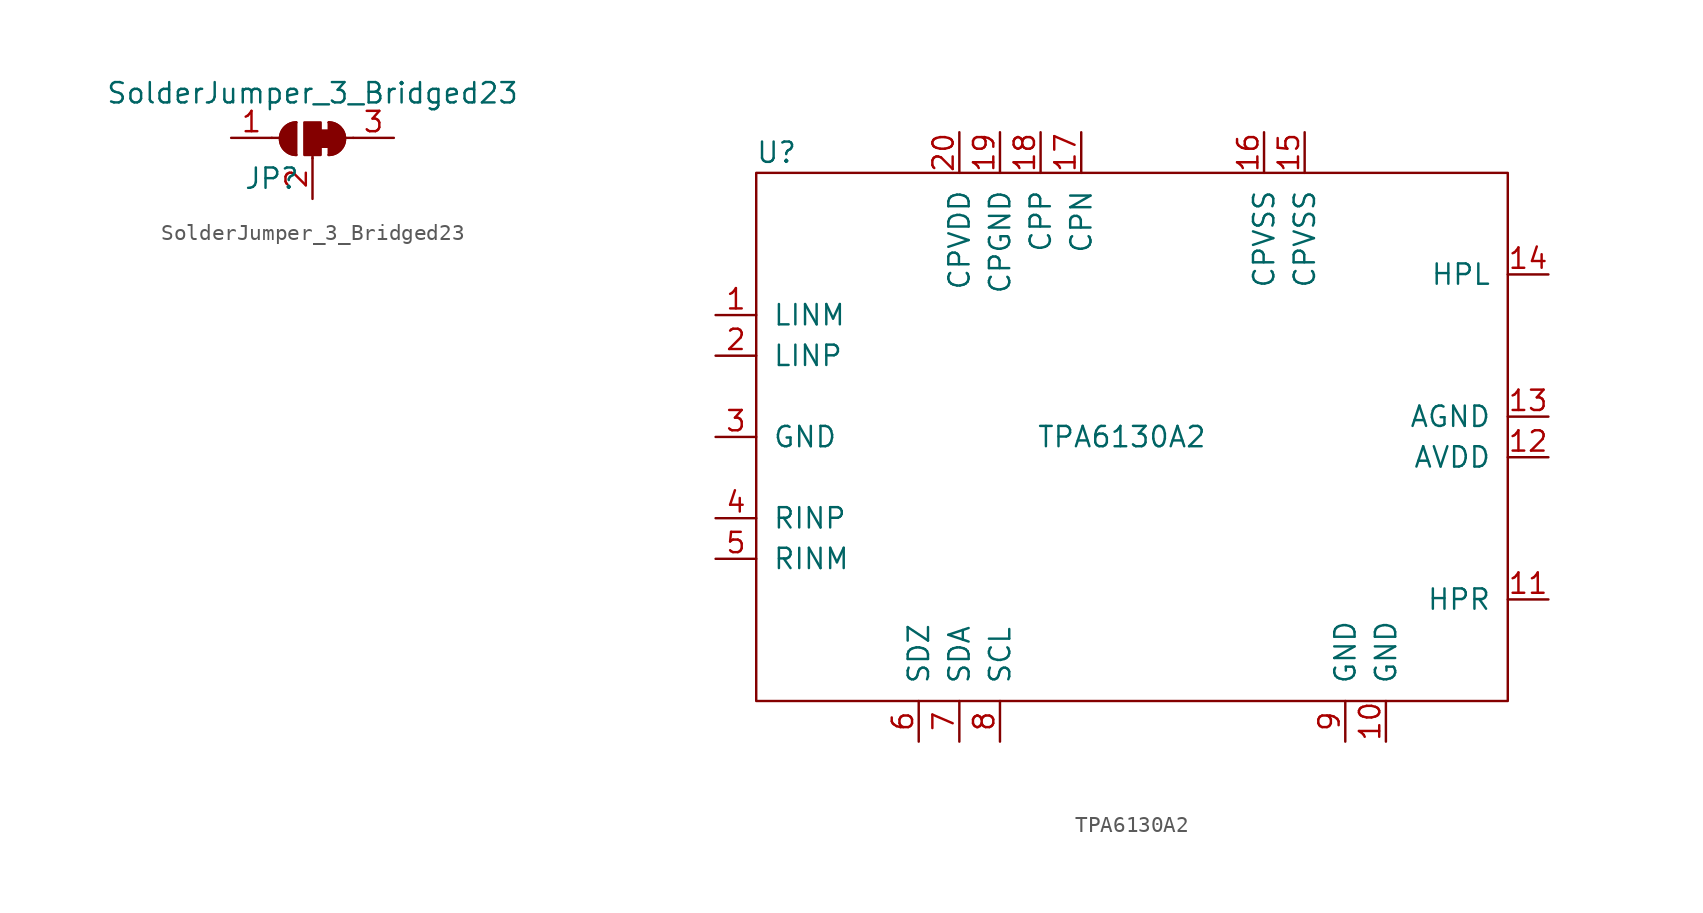
<source format=kicad_sym>
(kicad_symbol_lib
  (version 20231120)
  (generator "kicad_symbol_editor")
  (generator_version "8.0")
  (symbol "SolderJumper_3_Bridged23"
    (pin_names
      (offset 0) hide)
    (property "Reference" "JP"
      (at -2.54 -2.54 0)
      (effects (font (size 1.27 1.27))))
    (property "Value" "SolderJumper_3_Bridged23"
      (at 0 2.794 0)
      (effects (font (size 1.27 1.27))))
    (symbol "SolderJumper_3_Bridged23_0_1"
      (arc (start -1.016 0.9652) (mid -2.032 -0.0508) (end -1.016 -1.0668) (stroke (width 0) (type solid)) (fill (type none)))
      (arc (start -1.016 0.9652) (mid -2.032 -0.0508) (end -1.016 -1.0668) (stroke (width 0) (type solid)) (fill (type outline)))
      (polyline (pts (xy -2.54 0) (xy -2.032 0)) (stroke (width 0) (type solid)) (fill (type none)))
      (polyline (pts (xy -1.016 -1.067) (xy -1.016 0.965)) (stroke (width 0) (type solid)) (fill (type none)))
      (polyline (pts (xy 0 -1.27) (xy 0 -1.016)) (stroke (width 0) (type solid)) (fill (type none)))
      (polyline (pts (xy 1.016 -1.067) (xy 1.016 0.965)) (stroke (width 0) (type solid)) (fill (type none)))
      (polyline (pts (xy 2.54 0) (xy 2.032 0)) (stroke (width 0) (type solid)) (fill (type none)))
      (rectangle (start 0.508 -1.067) (end -0.508 0.965) (stroke (width 0) (type solid)) (fill (type outline)))
      (arc (start 1.016 -1.0668) (mid 2.032 -0.0508) (end 1.016 0.9652) (stroke (width 0) (type solid)) (fill (type none)))
      (arc (start 1.016 -1.0668) (mid 2.032 -0.0508) (end 1.016 0.9652) (stroke (width 0) (type solid)) (fill (type outline)))
      (rectangle (start 1.016 -0.559) (end 0.508 0.457) (stroke (width 0) (type solid)) (fill (type outline))))
    (symbol "SolderJumper_3_Bridged23_1_1"
      (pin passive line (at -5.08 0 0) (length 2.54) (name "A" (effects (font (size 1.27 1.27)))) (number "1" (effects (font (size 1.27 1.27)))))
      (pin input line (at 0 -3.81 90) (length 2.54) (name "C" (effects (font (size 1.27 1.27)))) (number "2" (effects (font (size 1.27 1.27)))))
      (pin passive line (at 5.08 0 180) (length 2.54) (name "B" (effects (font (size 1.27 1.27)))) (number "3" (effects (font (size 1.27 1.27)))))))
  (symbol "TPA6130A2"
    (pin_names
      (offset 1.016))
    (property "Reference" "U"
      (at -21.59 26.67 0)
      (effects (font (size 1.27 1.27))))
    (property "Value" "TPA6130A2"
      (at 0 8.89 0)
      (effects (font (size 1.27 1.27))))
    (symbol "TPA6130A2_0_1"
      (rectangle (start -22.86 25.4) (end 24.13 -7.62) (stroke (width 0) (type solid)) (fill (type none))))
    (symbol "TPA6130A2_1_1"
      (pin input line (at -25.4 16.51 0) (length 2.54) (name "LINM" (effects (font (size 1.27 1.27)))) (number "1" (effects (font (size 1.27 1.27)))))
      (pin input line (at 16.51 -10.16 90) (length 2.54) (name "GND" (effects (font (size 1.27 1.27)))) (number "10" (effects (font (size 1.27 1.27)))))
      (pin input line (at 26.67 -1.27 180) (length 2.54) (name "HPR" (effects (font (size 1.27 1.27)))) (number "11" (effects (font (size 1.27 1.27)))))
      (pin input line (at 26.67 7.62 180) (length 2.54) (name "AVDD" (effects (font (size 1.27 1.27)))) (number "12" (effects (font (size 1.27 1.27)))))
      (pin input line (at 26.67 10.16 180) (length 2.54) (name "AGND" (effects (font (size 1.27 1.27)))) (number "13" (effects (font (size 1.27 1.27)))))
      (pin input line (at 26.67 19.05 180) (length 2.54) (name "HPL" (effects (font (size 1.27 1.27)))) (number "14" (effects (font (size 1.27 1.27)))))
      (pin input line (at 11.43 27.94 270) (length 2.54) (name "CPVSS" (effects (font (size 1.27 1.27)))) (number "15" (effects (font (size 1.27 1.27)))))
      (pin input line (at 8.89 27.94 270) (length 2.54) (name "CPVSS" (effects (font (size 1.27 1.27)))) (number "16" (effects (font (size 1.27 1.27)))))
      (pin input line (at -2.54 27.94 270) (length 2.54) (name "CPN" (effects (font (size 1.27 1.27)))) (number "17" (effects (font (size 1.27 1.27)))))
      (pin input line (at -5.08 27.94 270) (length 2.54) (name "CPP" (effects (font (size 1.27 1.27)))) (number "18" (effects (font (size 1.27 1.27)))))
      (pin input line (at -7.62 27.94 270) (length 2.54) (name "CPGND" (effects (font (size 1.27 1.27)))) (number "19" (effects (font (size 1.27 1.27)))))
      (pin input line (at -25.4 13.97 0) (length 2.54) (name "LINP" (effects (font (size 1.27 1.27)))) (number "2" (effects (font (size 1.27 1.27)))))
      (pin input line (at -10.16 27.94 270) (length 2.54) (name "CPVDD" (effects (font (size 1.27 1.27)))) (number "20" (effects (font (size 1.27 1.27)))))
      (pin input line (at -25.4 8.89 0) (length 2.54) (name "GND" (effects (font (size 1.27 1.27)))) (number "3" (effects (font (size 1.27 1.27)))))
      (pin input line (at -25.4 3.81 0) (length 2.54) (name "RINP" (effects (font (size 1.27 1.27)))) (number "4" (effects (font (size 1.27 1.27)))))
      (pin input line (at -25.4 1.27 0) (length 2.54) (name "RINM" (effects (font (size 1.27 1.27)))) (number "5" (effects (font (size 1.27 1.27)))))
      (pin input line (at -12.7 -10.16 90) (length 2.54) (name "SDZ" (effects (font (size 1.27 1.27)))) (number "6" (effects (font (size 1.27 1.27)))))
      (pin input line (at -10.16 -10.16 90) (length 2.54) (name "SDA" (effects (font (size 1.27 1.27)))) (number "7" (effects (font (size 1.27 1.27)))))
      (pin input line (at -7.62 -10.16 90) (length 2.54) (name "SCL" (effects (font (size 1.27 1.27)))) (number "8" (effects (font (size 1.27 1.27)))))
      (pin input line (at 13.97 -10.16 90) (length 2.54) (name "GND" (effects (font (size 1.27 1.27)))) (number "9" (effects (font (size 1.27 1.27))))))))
</source>
